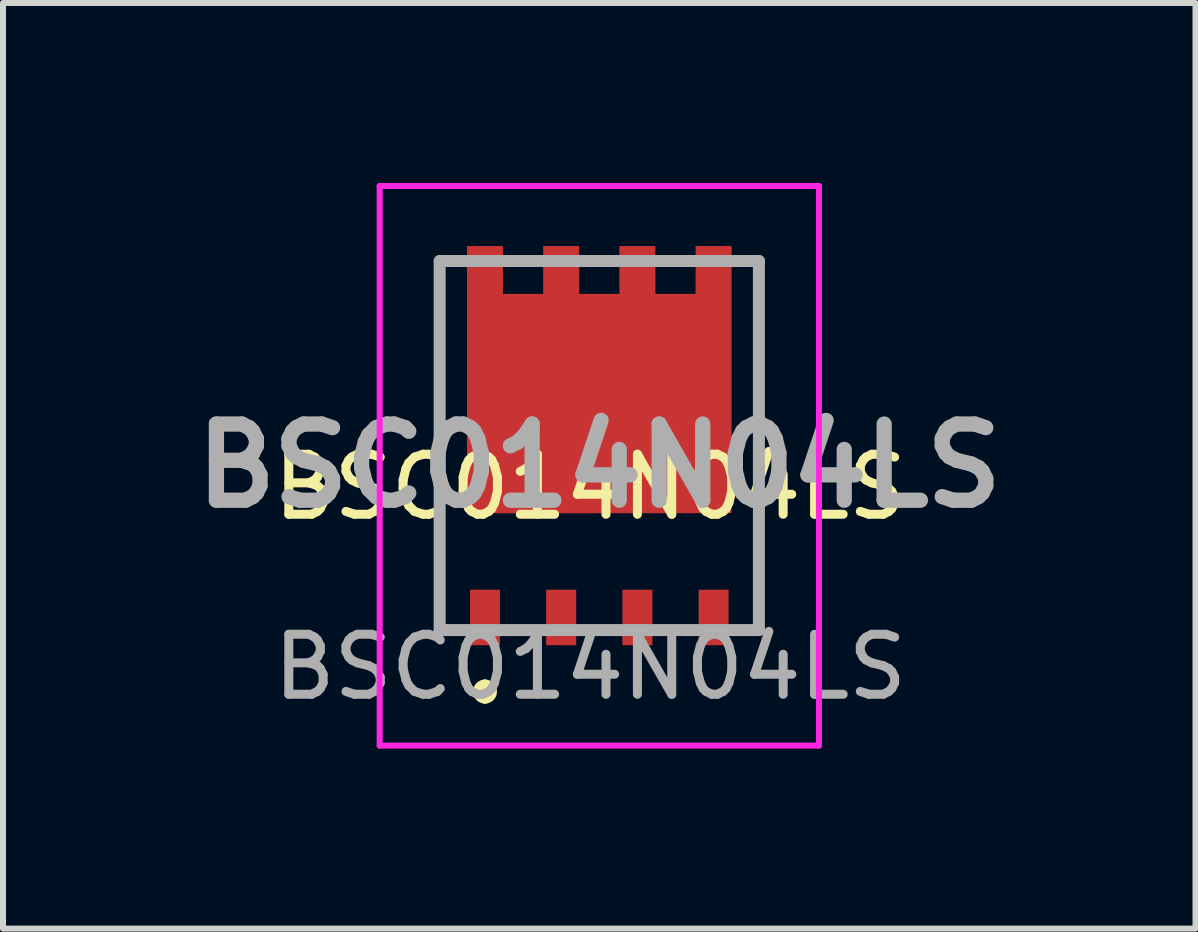
<source format=kicad_pcb>
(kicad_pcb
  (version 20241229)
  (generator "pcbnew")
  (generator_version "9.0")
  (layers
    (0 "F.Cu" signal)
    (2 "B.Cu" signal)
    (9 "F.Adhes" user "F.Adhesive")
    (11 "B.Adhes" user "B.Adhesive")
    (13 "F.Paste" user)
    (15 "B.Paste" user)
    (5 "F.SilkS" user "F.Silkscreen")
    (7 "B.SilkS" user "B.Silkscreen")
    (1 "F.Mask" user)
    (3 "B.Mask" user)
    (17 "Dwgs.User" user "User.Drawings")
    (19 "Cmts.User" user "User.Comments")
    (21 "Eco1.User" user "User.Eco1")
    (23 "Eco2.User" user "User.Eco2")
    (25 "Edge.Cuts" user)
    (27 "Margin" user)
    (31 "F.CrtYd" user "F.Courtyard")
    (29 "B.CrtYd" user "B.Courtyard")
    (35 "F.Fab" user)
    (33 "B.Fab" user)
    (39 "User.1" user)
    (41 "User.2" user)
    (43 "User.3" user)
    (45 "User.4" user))
  (footprint "BSC014N04LS"
    (layer "F.Cu")
    (at 6.937 1.3)
    (property "Reference" "BSC014N04LS" (at -0.15 3.765 0) (unlocked yes) (layer "F.SilkS") (effects (font (size 1 1) (thickness 0.15))))
    (attr smd)
    (fp_line (start -2.66 0) (end -2.66 6.15) (stroke (width 0.1) (type solid)) (layer "F.SilkS"))
    (fp_line (start -1.905 7.075) (end -1.905 7.075) (stroke (width 0.2) (type solid)) (layer "F.SilkS"))
    (fp_line (start -1.905 7.275) (end -1.905 7.275) (stroke (width 0.2) (type solid)) (layer "F.SilkS"))
    (fp_line (start 2.66 0) (end 2.66 6.15) (stroke (width 0.1) (type solid)) (layer "F.SilkS"))
    (fp_arc (start -1.905 7.075) (mid -1.805 7.175) (end -1.905 7.275) (stroke (width 0.2) (type solid)) (layer "F.SilkS"))
    (fp_arc (start -1.905 7.275) (mid -2.005 7.175) (end -1.905 7.075) (stroke (width 0.2) (type solid)) (layer "F.SilkS"))
    (fp_line (start -3.66 -1.25) (end 3.66 -1.25) (stroke (width 0.1) (type solid)) (layer "F.CrtYd"))
    (fp_line (start -3.66 8.075) (end -3.66 -1.25) (stroke (width 0.1) (type solid)) (layer "F.CrtYd"))
    (fp_line (start 3.66 -1.25) (end 3.66 8.075) (stroke (width 0.1) (type solid)) (layer "F.CrtYd"))
    (fp_line (start 3.66 8.075) (end -3.66 8.075) (stroke (width 0.1) (type solid)) (layer "F.CrtYd"))
    (fp_line (start -2.66 0) (end 2.66 0) (stroke (width 0.2) (type solid)) (layer "F.Fab"))
    (fp_line (start -2.66 6.15) (end -2.66 0) (stroke (width 0.2) (type solid)) (layer "F.Fab"))
    (fp_line (start 2.66 0) (end 2.66 6.15) (stroke (width 0.2) (type solid)) (layer "F.Fab"))
    (fp_line (start 2.66 6.15) (end -2.66 6.15) (stroke (width 0.2) (type solid)) (layer "F.Fab"))
    (fp_text user "${REFERENCE}" (at -0.15 6.765 0) (unlocked yes) (layer "F.Fab") (effects (font (size 1 1) (thickness 0.15))))
    (fp_text user "${REFERENCE}" (at 0 3.412 0) (layer "F.Fab") (effects (font (size 1.27 1.27) (thickness 0.254))))
    (pad "1" smd rect (at -1.905 5.94) (size 0.5 0.925) (layers "F.Cu" "F.Mask" "F.Paste"))
    (pad "1" smd rect (at -0.635 5.94) (size 0.5 0.925) (layers "F.Cu" "F.Mask" "F.Paste"))
    (pad "1" smd rect (at 0.635 5.94) (size 0.5 0.925) (layers "F.Cu" "F.Mask" "F.Paste"))
    (pad "9" smd rect (at 1.905 5.94) (size 0.5 0.925) (layers "F.Cu" "F.Mask" "F.Paste"))
    (pad "10" smd rect (at -1.905 0.15) (size 0.6 0.8) (layers "F.Cu" "F.Mask" "F.Paste"))
    (pad "10" smd rect (at -0.635 0.15) (size 0.6 0.8) (layers "F.Cu" "F.Mask" "F.Paste"))
    (pad "10" smd rect (at 0 2.375 90) (size 3.655 4.41) (layers "F.Cu" "F.Mask" "F.Paste"))
    (pad "10" smd rect (at 0.635 0.15) (size 0.6 0.8) (layers "F.Cu" "F.Mask" "F.Paste"))
    (pad "10" smd rect (at 1.905 0.15) (size 0.6 0.8) (layers "F.Cu" "F.Mask" "F.Paste")))
  (gr_rect
    (start -3 -3)
    (end 16.873 12.425)
    (stroke (width 0.1) (type default))
    (fill no)
    (layer "Edge.Cuts")))
</source>
